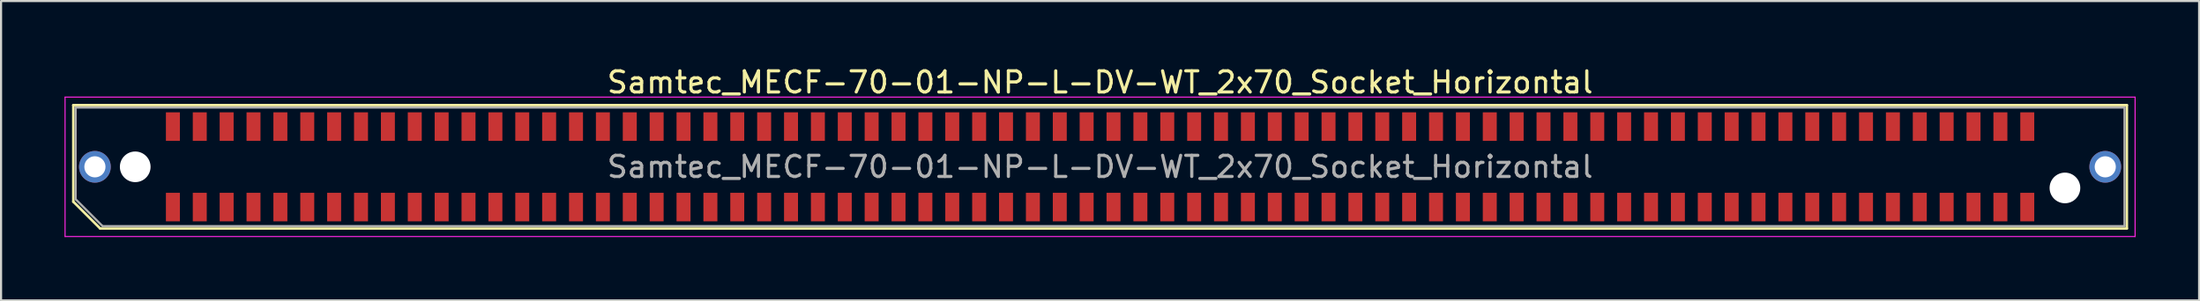
<source format=kicad_pcb>
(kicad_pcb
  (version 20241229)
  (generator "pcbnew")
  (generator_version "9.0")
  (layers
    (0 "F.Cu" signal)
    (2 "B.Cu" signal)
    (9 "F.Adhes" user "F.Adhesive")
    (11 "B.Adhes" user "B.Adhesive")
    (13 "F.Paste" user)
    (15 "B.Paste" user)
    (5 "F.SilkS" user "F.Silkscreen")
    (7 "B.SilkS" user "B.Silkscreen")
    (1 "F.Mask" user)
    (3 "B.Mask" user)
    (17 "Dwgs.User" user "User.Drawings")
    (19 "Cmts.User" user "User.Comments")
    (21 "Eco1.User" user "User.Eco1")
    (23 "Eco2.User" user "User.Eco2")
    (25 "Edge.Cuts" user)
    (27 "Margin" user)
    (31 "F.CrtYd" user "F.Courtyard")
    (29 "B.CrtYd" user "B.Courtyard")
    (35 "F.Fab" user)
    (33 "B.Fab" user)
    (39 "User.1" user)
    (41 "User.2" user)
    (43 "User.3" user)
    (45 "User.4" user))
  (footprint "Samtec_MECF-70-01-NP-L-DV-WT_2x70_Socket_Horizontal"
    (layer "F.Cu")
    (at 48.935 4.848)
    (property "Reference" "Samtec_MECF-70-01-NP-L-DV-WT_2x70_Socket_Horizontal" (at 0 -4 0) (layer "F.SilkS") (effects (font (size 1 1) (thickness 0.15))))
    (attr smd)
    (fp_line (start -48.52 -2.92) (end 48.52 -2.92) (stroke (width 0.12) (type solid)) (layer "F.SilkS"))
    (fp_line (start -48.52 1.65) (end -48.52 -2.92) (stroke (width 0.12) (type solid)) (layer "F.SilkS"))
    (fp_line (start -47.25 2.92) (end -48.52 1.65) (stroke (width 0.12) (type solid)) (layer "F.SilkS"))
    (fp_line (start -47.25 2.92) (end 48.52 2.92) (stroke (width 0.12) (type solid)) (layer "F.SilkS"))
    (fp_line (start 48.52 2.92) (end 48.52 -2.92) (stroke (width 0.12) (type solid)) (layer "F.SilkS"))
    (fp_line (start -48.91 -3.3) (end -48.91 3.3) (stroke (width 0.05) (type solid)) (layer "F.CrtYd"))
    (fp_line (start -48.91 3.3) (end 48.91 3.3) (stroke (width 0.05) (type solid)) (layer "F.CrtYd"))
    (fp_line (start 48.91 -3.3) (end -48.91 -3.3) (stroke (width 0.05) (type solid)) (layer "F.CrtYd"))
    (fp_line (start 48.91 3.3) (end 48.91 -3.3) (stroke (width 0.05) (type solid)) (layer "F.CrtYd"))
    (fp_line (start -48.41 -2.805) (end 48.41 -2.805) (stroke (width 0.1) (type solid)) (layer "F.Fab"))
    (fp_line (start -48.41 1.535) (end -48.41 -2.805) (stroke (width 0.1) (type solid)) (layer "F.Fab"))
    (fp_line (start -48.41 1.535) (end -47.14 2.805) (stroke (width 0.1) (type solid)) (layer "F.Fab"))
    (fp_line (start -47.14 2.805) (end 48.41 2.805) (stroke (width 0.1) (type solid)) (layer "F.Fab"))
    (fp_line (start 48.41 2.805) (end 48.41 -2.805) (stroke (width 0.1) (type solid)) (layer "F.Fab"))
    (fp_text user "${REFERENCE}" (at 0 0 0) (layer "F.Fab") (effects (font (size 1 1) (thickness 0.15))))
    (pad "" thru_hole circle (at -47.5 0) (size 1.5 1.5) (drill 1) (layers "*.Cu" "*.Mask"))
    (pad "" np_thru_hole circle (at -45.595 0) (size 1.45 1.45) (drill 1.45) (layers "*.Cu" "*.Mask"))
    (pad "" np_thru_hole circle (at 45.595 1) (size 1.45 1.45) (drill 1.45) (layers "*.Cu" "*.Mask"))
    (pad "" thru_hole circle (at 47.5 0) (size 1.5 1.5) (drill 1) (layers "*.Cu" "*.Mask"))
    (pad "1" smd rect (at -43.815 1.905) (size 0.66 1.35) (layers "F.Cu" "F.Mask" "F.Paste"))
    (pad "2" smd rect (at -43.815 -1.905) (size 0.66 1.35) (layers "F.Cu" "F.Mask" "F.Paste"))
    (pad "3" smd rect (at -42.545 1.905) (size 0.66 1.35) (layers "F.Cu" "F.Mask" "F.Paste"))
    (pad "4" smd rect (at -42.545 -1.905) (size 0.66 1.35) (layers "F.Cu" "F.Mask" "F.Paste"))
    (pad "5" smd rect (at -41.275 1.905) (size 0.66 1.35) (layers "F.Cu" "F.Mask" "F.Paste"))
    (pad "6" smd rect (at -41.275 -1.905) (size 0.66 1.35) (layers "F.Cu" "F.Mask" "F.Paste"))
    (pad "7" smd rect (at -40.005 1.905) (size 0.66 1.35) (layers "F.Cu" "F.Mask" "F.Paste"))
    (pad "8" smd rect (at -40.005 -1.905) (size 0.66 1.35) (layers "F.Cu" "F.Mask" "F.Paste"))
    (pad "9" smd rect (at -38.735 1.905) (size 0.66 1.35) (layers "F.Cu" "F.Mask" "F.Paste"))
    (pad "10" smd rect (at -38.735 -1.905) (size 0.66 1.35) (layers "F.Cu" "F.Mask" "F.Paste"))
    (pad "11" smd rect (at -37.465 1.905) (size 0.66 1.35) (layers "F.Cu" "F.Mask" "F.Paste"))
    (pad "12" smd rect (at -37.465 -1.905) (size 0.66 1.35) (layers "F.Cu" "F.Mask" "F.Paste"))
    (pad "13" smd rect (at -36.195 1.905) (size 0.66 1.35) (layers "F.Cu" "F.Mask" "F.Paste"))
    (pad "14" smd rect (at -36.195 -1.905) (size 0.66 1.35) (layers "F.Cu" "F.Mask" "F.Paste"))
    (pad "15" smd rect (at -34.925 1.905) (size 0.66 1.35) (layers "F.Cu" "F.Mask" "F.Paste"))
    (pad "16" smd rect (at -34.925 -1.905) (size 0.66 1.35) (layers "F.Cu" "F.Mask" "F.Paste"))
    (pad "17" smd rect (at -33.655 1.905) (size 0.66 1.35) (layers "F.Cu" "F.Mask" "F.Paste"))
    (pad "18" smd rect (at -33.655 -1.905) (size 0.66 1.35) (layers "F.Cu" "F.Mask" "F.Paste"))
    (pad "19" smd rect (at -32.385 1.905) (size 0.66 1.35) (layers "F.Cu" "F.Mask" "F.Paste"))
    (pad "20" smd rect (at -32.385 -1.905) (size 0.66 1.35) (layers "F.Cu" "F.Mask" "F.Paste"))
    (pad "21" smd rect (at -31.115 1.905) (size 0.66 1.35) (layers "F.Cu" "F.Mask" "F.Paste"))
    (pad "22" smd rect (at -31.115 -1.905) (size 0.66 1.35) (layers "F.Cu" "F.Mask" "F.Paste"))
    (pad "23" smd rect (at -29.845 1.905) (size 0.66 1.35) (layers "F.Cu" "F.Mask" "F.Paste"))
    (pad "24" smd rect (at -29.845 -1.905) (size 0.66 1.35) (layers "F.Cu" "F.Mask" "F.Paste"))
    (pad "25" smd rect (at -28.575 1.905) (size 0.66 1.35) (layers "F.Cu" "F.Mask" "F.Paste"))
    (pad "26" smd rect (at -28.575 -1.905) (size 0.66 1.35) (layers "F.Cu" "F.Mask" "F.Paste"))
    (pad "27" smd rect (at -27.305 1.905) (size 0.66 1.35) (layers "F.Cu" "F.Mask" "F.Paste"))
    (pad "28" smd rect (at -27.305 -1.905) (size 0.66 1.35) (layers "F.Cu" "F.Mask" "F.Paste"))
    (pad "29" smd rect (at -26.035 1.905) (size 0.66 1.35) (layers "F.Cu" "F.Mask" "F.Paste"))
    (pad "30" smd rect (at -26.035 -1.905) (size 0.66 1.35) (layers "F.Cu" "F.Mask" "F.Paste"))
    (pad "31" smd rect (at -24.765 1.905) (size 0.66 1.35) (layers "F.Cu" "F.Mask" "F.Paste"))
    (pad "32" smd rect (at -24.765 -1.905) (size 0.66 1.35) (layers "F.Cu" "F.Mask" "F.Paste"))
    (pad "33" smd rect (at -23.495 1.905) (size 0.66 1.35) (layers "F.Cu" "F.Mask" "F.Paste"))
    (pad "34" smd rect (at -23.495 -1.905) (size 0.66 1.35) (layers "F.Cu" "F.Mask" "F.Paste"))
    (pad "35" smd rect (at -22.225 1.905) (size 0.66 1.35) (layers "F.Cu" "F.Mask" "F.Paste"))
    (pad "36" smd rect (at -22.225 -1.905) (size 0.66 1.35) (layers "F.Cu" "F.Mask" "F.Paste"))
    (pad "37" smd rect (at -20.955 1.905) (size 0.66 1.35) (layers "F.Cu" "F.Mask" "F.Paste"))
    (pad "38" smd rect (at -20.955 -1.905) (size 0.66 1.35) (layers "F.Cu" "F.Mask" "F.Paste"))
    (pad "39" smd rect (at -19.685 1.905) (size 0.66 1.35) (layers "F.Cu" "F.Mask" "F.Paste"))
    (pad "40" smd rect (at -19.685 -1.905) (size 0.66 1.35) (layers "F.Cu" "F.Mask" "F.Paste"))
    (pad "41" smd rect (at -18.415 1.905) (size 0.66 1.35) (layers "F.Cu" "F.Mask" "F.Paste"))
    (pad "42" smd rect (at -18.415 -1.905) (size 0.66 1.35) (layers "F.Cu" "F.Mask" "F.Paste"))
    (pad "43" smd rect (at -17.145 1.905) (size 0.66 1.35) (layers "F.Cu" "F.Mask" "F.Paste"))
    (pad "44" smd rect (at -17.145 -1.905) (size 0.66 1.35) (layers "F.Cu" "F.Mask" "F.Paste"))
    (pad "45" smd rect (at -15.875 1.905) (size 0.66 1.35) (layers "F.Cu" "F.Mask" "F.Paste"))
    (pad "46" smd rect (at -15.875 -1.905) (size 0.66 1.35) (layers "F.Cu" "F.Mask" "F.Paste"))
    (pad "47" smd rect (at -14.605 1.905) (size 0.66 1.35) (layers "F.Cu" "F.Mask" "F.Paste"))
    (pad "48" smd rect (at -14.605 -1.905) (size 0.66 1.35) (layers "F.Cu" "F.Mask" "F.Paste"))
    (pad "49" smd rect (at -13.335 1.905) (size 0.66 1.35) (layers "F.Cu" "F.Mask" "F.Paste"))
    (pad "50" smd rect (at -13.335 -1.905) (size 0.66 1.35) (layers "F.Cu" "F.Mask" "F.Paste"))
    (pad "51" smd rect (at -12.065 1.905) (size 0.66 1.35) (layers "F.Cu" "F.Mask" "F.Paste"))
    (pad "52" smd rect (at -12.065 -1.905) (size 0.66 1.35) (layers "F.Cu" "F.Mask" "F.Paste"))
    (pad "53" smd rect (at -10.795 1.905) (size 0.66 1.35) (layers "F.Cu" "F.Mask" "F.Paste"))
    (pad "54" smd rect (at -10.795 -1.905) (size 0.66 1.35) (layers "F.Cu" "F.Mask" "F.Paste"))
    (pad "55" smd rect (at -9.525 1.905) (size 0.66 1.35) (layers "F.Cu" "F.Mask" "F.Paste"))
    (pad "56" smd rect (at -9.525 -1.905) (size 0.66 1.35) (layers "F.Cu" "F.Mask" "F.Paste"))
    (pad "57" smd rect (at -8.255 1.905) (size 0.66 1.35) (layers "F.Cu" "F.Mask" "F.Paste"))
    (pad "58" smd rect (at -8.255 -1.905) (size 0.66 1.35) (layers "F.Cu" "F.Mask" "F.Paste"))
    (pad "59" smd rect (at -6.985 1.905) (size 0.66 1.35) (layers "F.Cu" "F.Mask" "F.Paste"))
    (pad "60" smd rect (at -6.985 -1.905) (size 0.66 1.35) (layers "F.Cu" "F.Mask" "F.Paste"))
    (pad "61" smd rect (at -5.715 1.905) (size 0.66 1.35) (layers "F.Cu" "F.Mask" "F.Paste"))
    (pad "62" smd rect (at -5.715 -1.905) (size 0.66 1.35) (layers "F.Cu" "F.Mask" "F.Paste"))
    (pad "63" smd rect (at -4.445 1.905) (size 0.66 1.35) (layers "F.Cu" "F.Mask" "F.Paste"))
    (pad "64" smd rect (at -4.445 -1.905) (size 0.66 1.35) (layers "F.Cu" "F.Mask" "F.Paste"))
    (pad "65" smd rect (at -3.175 1.905) (size 0.66 1.35) (layers "F.Cu" "F.Mask" "F.Paste"))
    (pad "66" smd rect (at -3.175 -1.905) (size 0.66 1.35) (layers "F.Cu" "F.Mask" "F.Paste"))
    (pad "67" smd rect (at -1.905 1.905) (size 0.66 1.35) (layers "F.Cu" "F.Mask" "F.Paste"))
    (pad "68" smd rect (at -1.905 -1.905) (size 0.66 1.35) (layers "F.Cu" "F.Mask" "F.Paste"))
    (pad "69" smd rect (at -0.635 1.905) (size 0.66 1.35) (layers "F.Cu" "F.Mask" "F.Paste"))
    (pad "70" smd rect (at -0.635 -1.905) (size 0.66 1.35) (layers "F.Cu" "F.Mask" "F.Paste"))
    (pad "71" smd rect (at 0.635 1.905) (size 0.66 1.35) (layers "F.Cu" "F.Mask" "F.Paste"))
    (pad "72" smd rect (at 0.635 -1.905) (size 0.66 1.35) (layers "F.Cu" "F.Mask" "F.Paste"))
    (pad "73" smd rect (at 1.905 1.905) (size 0.66 1.35) (layers "F.Cu" "F.Mask" "F.Paste"))
    (pad "74" smd rect (at 1.905 -1.905) (size 0.66 1.35) (layers "F.Cu" "F.Mask" "F.Paste"))
    (pad "75" smd rect (at 3.175 1.905) (size 0.66 1.35) (layers "F.Cu" "F.Mask" "F.Paste"))
    (pad "76" smd rect (at 3.175 -1.905) (size 0.66 1.35) (layers "F.Cu" "F.Mask" "F.Paste"))
    (pad "77" smd rect (at 4.445 1.905) (size 0.66 1.35) (layers "F.Cu" "F.Mask" "F.Paste"))
    (pad "78" smd rect (at 4.445 -1.905) (size 0.66 1.35) (layers "F.Cu" "F.Mask" "F.Paste"))
    (pad "79" smd rect (at 5.715 1.905) (size 0.66 1.35) (layers "F.Cu" "F.Mask" "F.Paste"))
    (pad "80" smd rect (at 5.715 -1.905) (size 0.66 1.35) (layers "F.Cu" "F.Mask" "F.Paste"))
    (pad "81" smd rect (at 6.985 1.905) (size 0.66 1.35) (layers "F.Cu" "F.Mask" "F.Paste"))
    (pad "82" smd rect (at 6.985 -1.905) (size 0.66 1.35) (layers "F.Cu" "F.Mask" "F.Paste"))
    (pad "83" smd rect (at 8.255 1.905) (size 0.66 1.35) (layers "F.Cu" "F.Mask" "F.Paste"))
    (pad "84" smd rect (at 8.255 -1.905) (size 0.66 1.35) (layers "F.Cu" "F.Mask" "F.Paste"))
    (pad "85" smd rect (at 9.525 1.905) (size 0.66 1.35) (layers "F.Cu" "F.Mask" "F.Paste"))
    (pad "86" smd rect (at 9.525 -1.905) (size 0.66 1.35) (layers "F.Cu" "F.Mask" "F.Paste"))
    (pad "87" smd rect (at 10.795 1.905) (size 0.66 1.35) (layers "F.Cu" "F.Mask" "F.Paste"))
    (pad "88" smd rect (at 10.795 -1.905) (size 0.66 1.35) (layers "F.Cu" "F.Mask" "F.Paste"))
    (pad "89" smd rect (at 12.065 1.905) (size 0.66 1.35) (layers "F.Cu" "F.Mask" "F.Paste"))
    (pad "90" smd rect (at 12.065 -1.905) (size 0.66 1.35) (layers "F.Cu" "F.Mask" "F.Paste"))
    (pad "91" smd rect (at 13.335 1.905) (size 0.66 1.35) (layers "F.Cu" "F.Mask" "F.Paste"))
    (pad "92" smd rect (at 13.335 -1.905) (size 0.66 1.35) (layers "F.Cu" "F.Mask" "F.Paste"))
    (pad "93" smd rect (at 14.605 1.905) (size 0.66 1.35) (layers "F.Cu" "F.Mask" "F.Paste"))
    (pad "94" smd rect (at 14.605 -1.905) (size 0.66 1.35) (layers "F.Cu" "F.Mask" "F.Paste"))
    (pad "95" smd rect (at 15.875 1.905) (size 0.66 1.35) (layers "F.Cu" "F.Mask" "F.Paste"))
    (pad "96" smd rect (at 15.875 -1.905) (size 0.66 1.35) (layers "F.Cu" "F.Mask" "F.Paste"))
    (pad "97" smd rect (at 17.145 1.905) (size 0.66 1.35) (layers "F.Cu" "F.Mask" "F.Paste"))
    (pad "98" smd rect (at 17.145 -1.905) (size 0.66 1.35) (layers "F.Cu" "F.Mask" "F.Paste"))
    (pad "99" smd rect (at 18.415 1.905) (size 0.66 1.35) (layers "F.Cu" "F.Mask" "F.Paste"))
    (pad "100" smd rect (at 18.415 -1.905) (size 0.66 1.35) (layers "F.Cu" "F.Mask" "F.Paste"))
    (pad "101" smd rect (at 19.685 1.905) (size 0.66 1.35) (layers "F.Cu" "F.Mask" "F.Paste"))
    (pad "102" smd rect (at 19.685 -1.905) (size 0.66 1.35) (layers "F.Cu" "F.Mask" "F.Paste"))
    (pad "103" smd rect (at 20.955 1.905) (size 0.66 1.35) (layers "F.Cu" "F.Mask" "F.Paste"))
    (pad "104" smd rect (at 20.955 -1.905) (size 0.66 1.35) (layers "F.Cu" "F.Mask" "F.Paste"))
    (pad "105" smd rect (at 22.225 1.905) (size 0.66 1.35) (layers "F.Cu" "F.Mask" "F.Paste"))
    (pad "106" smd rect (at 22.225 -1.905) (size 0.66 1.35) (layers "F.Cu" "F.Mask" "F.Paste"))
    (pad "107" smd rect (at 23.495 1.905) (size 0.66 1.35) (layers "F.Cu" "F.Mask" "F.Paste"))
    (pad "108" smd rect (at 23.495 -1.905) (size 0.66 1.35) (layers "F.Cu" "F.Mask" "F.Paste"))
    (pad "109" smd rect (at 24.765 1.905) (size 0.66 1.35) (layers "F.Cu" "F.Mask" "F.Paste"))
    (pad "110" smd rect (at 24.765 -1.905) (size 0.66 1.35) (layers "F.Cu" "F.Mask" "F.Paste"))
    (pad "111" smd rect (at 26.035 1.905) (size 0.66 1.35) (layers "F.Cu" "F.Mask" "F.Paste"))
    (pad "112" smd rect (at 26.035 -1.905) (size 0.66 1.35) (layers "F.Cu" "F.Mask" "F.Paste"))
    (pad "113" smd rect (at 27.305 1.905) (size 0.66 1.35) (layers "F.Cu" "F.Mask" "F.Paste"))
    (pad "114" smd rect (at 27.305 -1.905) (size 0.66 1.35) (layers "F.Cu" "F.Mask" "F.Paste"))
    (pad "115" smd rect (at 28.575 1.905) (size 0.66 1.35) (layers "F.Cu" "F.Mask" "F.Paste"))
    (pad "116" smd rect (at 28.575 -1.905) (size 0.66 1.35) (layers "F.Cu" "F.Mask" "F.Paste"))
    (pad "117" smd rect (at 29.845 1.905) (size 0.66 1.35) (layers "F.Cu" "F.Mask" "F.Paste"))
    (pad "118" smd rect (at 29.845 -1.905) (size 0.66 1.35) (layers "F.Cu" "F.Mask" "F.Paste"))
    (pad "119" smd rect (at 31.115 1.905) (size 0.66 1.35) (layers "F.Cu" "F.Mask" "F.Paste"))
    (pad "120" smd rect (at 31.115 -1.905) (size 0.66 1.35) (layers "F.Cu" "F.Mask" "F.Paste"))
    (pad "121" smd rect (at 32.385 1.905) (size 0.66 1.35) (layers "F.Cu" "F.Mask" "F.Paste"))
    (pad "122" smd rect (at 32.385 -1.905) (size 0.66 1.35) (layers "F.Cu" "F.Mask" "F.Paste"))
    (pad "123" smd rect (at 33.655 1.905) (size 0.66 1.35) (layers "F.Cu" "F.Mask" "F.Paste"))
    (pad "124" smd rect (at 33.655 -1.905) (size 0.66 1.35) (layers "F.Cu" "F.Mask" "F.Paste"))
    (pad "125" smd rect (at 34.925 1.905) (size 0.66 1.35) (layers "F.Cu" "F.Mask" "F.Paste"))
    (pad "126" smd rect (at 34.925 -1.905) (size 0.66 1.35) (layers "F.Cu" "F.Mask" "F.Paste"))
    (pad "127" smd rect (at 36.195 1.905) (size 0.66 1.35) (layers "F.Cu" "F.Mask" "F.Paste"))
    (pad "128" smd rect (at 36.195 -1.905) (size 0.66 1.35) (layers "F.Cu" "F.Mask" "F.Paste"))
    (pad "129" smd rect (at 37.465 1.905) (size 0.66 1.35) (layers "F.Cu" "F.Mask" "F.Paste"))
    (pad "130" smd rect (at 37.465 -1.905) (size 0.66 1.35) (layers "F.Cu" "F.Mask" "F.Paste"))
    (pad "131" smd rect (at 38.735 1.905) (size 0.66 1.35) (layers "F.Cu" "F.Mask" "F.Paste"))
    (pad "132" smd rect (at 38.735 -1.905) (size 0.66 1.35) (layers "F.Cu" "F.Mask" "F.Paste"))
    (pad "133" smd rect (at 40.005 1.905) (size 0.66 1.35) (layers "F.Cu" "F.Mask" "F.Paste"))
    (pad "134" smd rect (at 40.005 -1.905) (size 0.66 1.35) (layers "F.Cu" "F.Mask" "F.Paste"))
    (pad "135" smd rect (at 41.275 1.905) (size 0.66 1.35) (layers "F.Cu" "F.Mask" "F.Paste"))
    (pad "136" smd rect (at 41.275 -1.905) (size 0.66 1.35) (layers "F.Cu" "F.Mask" "F.Paste"))
    (pad "137" smd rect (at 42.545 1.905) (size 0.66 1.35) (layers "F.Cu" "F.Mask" "F.Paste"))
    (pad "138" smd rect (at 42.545 -1.905) (size 0.66 1.35) (layers "F.Cu" "F.Mask" "F.Paste"))
    (pad "139" smd rect (at 43.815 1.905) (size 0.66 1.35) (layers "F.Cu" "F.Mask" "F.Paste"))
    (pad "140" smd rect (at 43.815 -1.905) (size 0.66 1.35) (layers "F.Cu" "F.Mask" "F.Paste")))
  (gr_rect
    (start -3 -3)
    (end 100.87 11.173)
    (stroke (width 0.1) (type default))
    (fill no)
    (layer "Edge.Cuts")))
</source>
